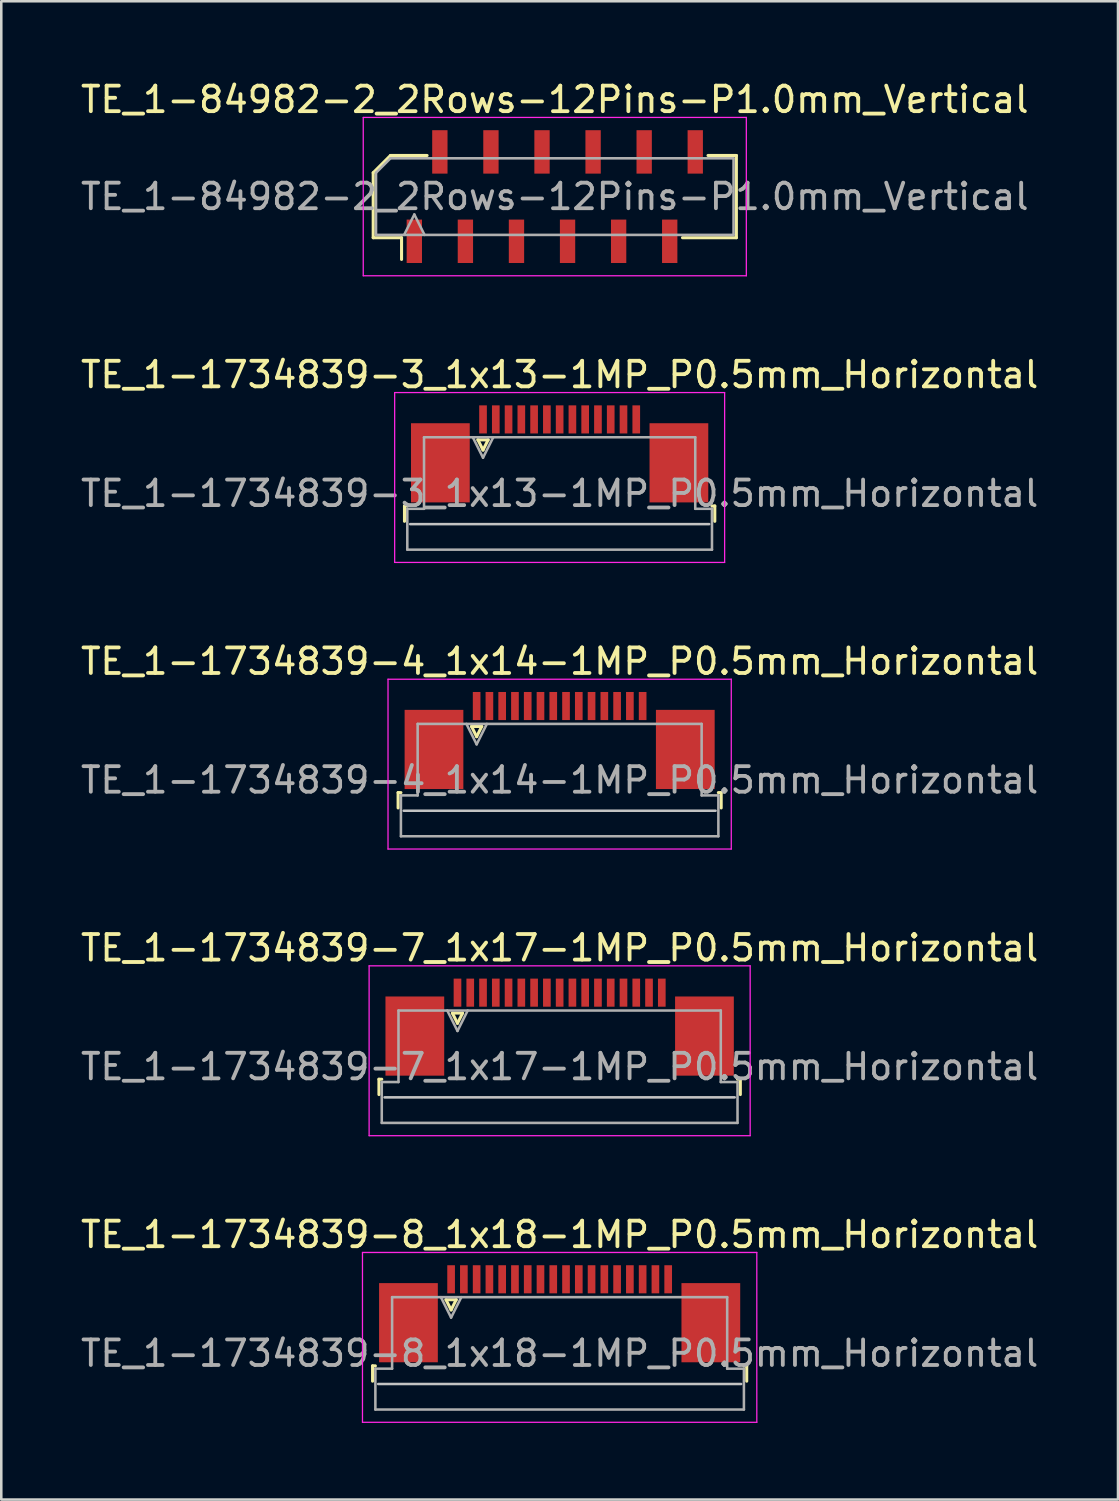
<source format=kicad_pcb>
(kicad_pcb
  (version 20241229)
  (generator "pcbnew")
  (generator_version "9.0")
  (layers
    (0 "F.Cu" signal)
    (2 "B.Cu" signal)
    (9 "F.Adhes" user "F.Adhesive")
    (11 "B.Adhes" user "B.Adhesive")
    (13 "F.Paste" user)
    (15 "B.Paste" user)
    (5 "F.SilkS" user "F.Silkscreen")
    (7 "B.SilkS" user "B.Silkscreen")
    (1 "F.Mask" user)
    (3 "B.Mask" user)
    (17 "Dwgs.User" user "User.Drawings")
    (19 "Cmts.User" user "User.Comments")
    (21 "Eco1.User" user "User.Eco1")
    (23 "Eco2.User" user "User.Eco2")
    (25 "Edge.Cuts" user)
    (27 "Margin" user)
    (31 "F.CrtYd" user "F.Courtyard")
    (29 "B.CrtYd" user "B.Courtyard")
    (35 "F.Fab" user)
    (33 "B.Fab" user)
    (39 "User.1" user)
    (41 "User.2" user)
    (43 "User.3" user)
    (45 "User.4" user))
  (footprint "TE_1-84982-2_2Rows-12Pins-P1.0mm_Vertical"
    (layer "F.Cu")
    (at 18.673 4.648)
    (property "Reference" "TE_1-84982-2_2Rows-12Pins-P1.0mm_Vertical" (at 0 -3.8 0) (layer "F.SilkS") (effects (font (size 1 1) (thickness 0.15))))
    (attr smd)
    (fp_line (start -7.11 -0.934) (end -7.11 1.61) (stroke (width 0.12) (type solid)) (layer "F.SilkS"))
    (fp_line (start -7.11 1.61) (end -6 1.61) (stroke (width 0.12) (type solid)) (layer "F.SilkS"))
    (fp_line (start -6.434 -1.61) (end -7.11 -0.934) (stroke (width 0.12) (type solid)) (layer "F.SilkS"))
    (fp_line (start -6 1.61) (end -6 2.46) (stroke (width 0.12) (type solid)) (layer "F.SilkS"))
    (fp_line (start -5 -1.61) (end -6.434 -1.61) (stroke (width 0.12) (type solid)) (layer "F.SilkS"))
    (fp_line (start 5 1.61) (end 7.11 1.61) (stroke (width 0.12) (type solid)) (layer "F.SilkS"))
    (fp_line (start 7.11 -1.61) (end 6 -1.61) (stroke (width 0.12) (type solid)) (layer "F.SilkS"))
    (fp_line (start 7.11 1.61) (end 7.11 -1.61) (stroke (width 0.12) (type solid)) (layer "F.SilkS"))
    (fp_line (start -7.5 -3.1) (end 7.5 -3.1) (stroke (width 0.05) (type solid)) (layer "F.CrtYd"))
    (fp_line (start -7.5 3.1) (end -7.5 -3.1) (stroke (width 0.05) (type solid)) (layer "F.CrtYd"))
    (fp_line (start 7.5 -3.1) (end 7.5 3.1) (stroke (width 0.05) (type solid)) (layer "F.CrtYd"))
    (fp_line (start 7.5 3.1) (end -7.5 3.1) (stroke (width 0.05) (type solid)) (layer "F.CrtYd"))
    (fp_line (start -7 -0.934) (end -7 1.5) (stroke (width 0.1) (type solid)) (layer "F.Fab"))
    (fp_line (start -7 1.5) (end 7 1.5) (stroke (width 0.1) (type solid)) (layer "F.Fab"))
    (fp_line (start -6.434 -1.5) (end -7 -0.934) (stroke (width 0.1) (type solid)) (layer "F.Fab"))
    (fp_line (start -5.9 1.5) (end -5.5 0.7) (stroke (width 0.1) (type solid)) (layer "F.Fab"))
    (fp_line (start -5.5 0.7) (end -5.1 1.5) (stroke (width 0.1) (type solid)) (layer "F.Fab"))
    (fp_line (start 7 -1.5) (end -6.434 -1.5) (stroke (width 0.1) (type solid)) (layer "F.Fab"))
    (fp_line (start 7 1.5) (end 7 -1.5) (stroke (width 0.1) (type solid)) (layer "F.Fab"))
    (fp_text user "${REFERENCE}" (at 0 0 0) (layer "F.Fab") (effects (font (size 1 1) (thickness 0.15))))
    (pad "1" smd rect (at -5.5 1.75) (size 0.6 1.7) (layers "F.Cu" "F.Mask" "F.Paste"))
    (pad "2" smd rect (at -4.5 -1.75) (size 0.6 1.7) (layers "F.Cu" "F.Mask" "F.Paste"))
    (pad "3" smd rect (at -3.5 1.75) (size 0.6 1.7) (layers "F.Cu" "F.Mask" "F.Paste"))
    (pad "4" smd rect (at -2.5 -1.75) (size 0.6 1.7) (layers "F.Cu" "F.Mask" "F.Paste"))
    (pad "5" smd rect (at -1.5 1.75) (size 0.6 1.7) (layers "F.Cu" "F.Mask" "F.Paste"))
    (pad "6" smd rect (at -0.5 -1.75) (size 0.6 1.7) (layers "F.Cu" "F.Mask" "F.Paste"))
    (pad "7" smd rect (at 0.5 1.75) (size 0.6 1.7) (layers "F.Cu" "F.Mask" "F.Paste"))
    (pad "8" smd rect (at 1.5 -1.75) (size 0.6 1.7) (layers "F.Cu" "F.Mask" "F.Paste"))
    (pad "9" smd rect (at 2.5 1.75) (size 0.6 1.7) (layers "F.Cu" "F.Mask" "F.Paste"))
    (pad "10" smd rect (at 3.5 -1.75) (size 0.6 1.7) (layers "F.Cu" "F.Mask" "F.Paste"))
    (pad "11" smd rect (at 4.5 1.75) (size 0.6 1.7) (layers "F.Cu" "F.Mask" "F.Paste"))
    (pad "12" smd rect (at 5.5 -1.75) (size 0.6 1.7) (layers "F.Cu" "F.Mask" "F.Paste")))
  (footprint "TE_1-1734839-4_1x14-1MP_P0.5mm_Horizontal"
    (layer "F.Cu")
    (at 18.863 25.945)
    (property "Reference" "TE_1-1734839-4_1x14-1MP_P0.5mm_Horizontal" (at 0 -3.1 0) (layer "F.SilkS") (effects (font (size 1 1) (thickness 0.15))))
    (attr smd)
    (fp_line (start -6.325 2.04) (end -6.325 2.64) (stroke (width 0.12) (type solid)) (layer "F.SilkS"))
    (fp_line (start -6.215 2.04) (end -6.325 2.04) (stroke (width 0.12) (type solid)) (layer "F.SilkS"))
    (fp_line (start -3.45 -0.55) (end -3.25 -0.15) (stroke (width 0.12) (type solid)) (layer "F.SilkS"))
    (fp_line (start -3.25 -0.15) (end -3.05 -0.55) (stroke (width 0.12) (type solid)) (layer "F.SilkS"))
    (fp_line (start -3.05 -0.55) (end -3.45 -0.55) (stroke (width 0.12) (type solid)) (layer "F.SilkS"))
    (fp_line (start 6.215 2.04) (end 6.325 2.04) (stroke (width 0.12) (type solid)) (layer "F.SilkS"))
    (fp_line (start 6.325 2.04) (end 6.325 2.64) (stroke (width 0.12) (type solid)) (layer "F.SilkS"))
    (fp_line (start 6.105 2.75) (end -6.105 2.75) (stroke (width 0.1) (type solid)) (layer "Dwgs.User"))
    (fp_line (start -6.72 -2.4) (end -6.72 4.25) (stroke (width 0.05) (type solid)) (layer "F.CrtYd"))
    (fp_line (start -6.72 4.25) (end 6.72 4.25) (stroke (width 0.05) (type solid)) (layer "F.CrtYd"))
    (fp_line (start 6.72 -2.4) (end -6.72 -2.4) (stroke (width 0.05) (type solid)) (layer "F.CrtYd"))
    (fp_line (start 6.72 4.25) (end 6.72 -2.4) (stroke (width 0.05) (type solid)) (layer "F.CrtYd"))
    (fp_line (start -6.215 2.15) (end -5.56 2.15) (stroke (width 0.1) (type solid)) (layer "F.Fab"))
    (fp_line (start -6.215 3.75) (end -6.215 2.15) (stroke (width 0.1) (type solid)) (layer "F.Fab"))
    (fp_line (start -5.56 -0.65) (end 5.56 -0.65) (stroke (width 0.1) (type solid)) (layer "F.Fab"))
    (fp_line (start -5.56 2.15) (end -5.56 -0.65) (stroke (width 0.1) (type solid)) (layer "F.Fab"))
    (fp_line (start -3.65 -0.65) (end -3.25 0.15) (stroke (width 0.1) (type solid)) (layer "F.Fab"))
    (fp_line (start -3.25 0.15) (end -2.85 -0.65) (stroke (width 0.1) (type solid)) (layer "F.Fab"))
    (fp_line (start 5.56 -0.65) (end 5.56 2.15) (stroke (width 0.1) (type solid)) (layer "F.Fab"))
    (fp_line (start 5.56 2.15) (end 6.215 2.15) (stroke (width 0.1) (type solid)) (layer "F.Fab"))
    (fp_line (start 6.215 2.15) (end 6.215 3.75) (stroke (width 0.1) (type solid)) (layer "F.Fab"))
    (fp_line (start 6.215 3.75) (end -6.215 3.75) (stroke (width 0.1) (type solid)) (layer "F.Fab"))
    (fp_text user "${REFERENCE}" (at 0 1.55 0) (layer "F.Fab") (effects (font (size 1 1) (thickness 0.15))))
    (pad "1" smd rect (at -3.25 -1.35) (size 0.3 1.1) (layers "F.Cu" "F.Mask" "F.Paste"))
    (pad "2" smd rect (at -2.75 -1.35) (size 0.3 1.1) (layers "F.Cu" "F.Mask" "F.Paste"))
    (pad "3" smd rect (at -2.25 -1.35) (size 0.3 1.1) (layers "F.Cu" "F.Mask" "F.Paste"))
    (pad "4" smd rect (at -1.75 -1.35) (size 0.3 1.1) (layers "F.Cu" "F.Mask" "F.Paste"))
    (pad "5" smd rect (at -1.25 -1.35) (size 0.3 1.1) (layers "F.Cu" "F.Mask" "F.Paste"))
    (pad "6" smd rect (at -0.75 -1.35) (size 0.3 1.1) (layers "F.Cu" "F.Mask" "F.Paste"))
    (pad "7" smd rect (at -0.25 -1.35) (size 0.3 1.1) (layers "F.Cu" "F.Mask" "F.Paste"))
    (pad "8" smd rect (at 0.25 -1.35) (size 0.3 1.1) (layers "F.Cu" "F.Mask" "F.Paste"))
    (pad "9" smd rect (at 0.75 -1.35) (size 0.3 1.1) (layers "F.Cu" "F.Mask" "F.Paste"))
    (pad "10" smd rect (at 1.25 -1.35) (size 0.3 1.1) (layers "F.Cu" "F.Mask" "F.Paste"))
    (pad "11" smd rect (at 1.75 -1.35) (size 0.3 1.1) (layers "F.Cu" "F.Mask" "F.Paste"))
    (pad "12" smd rect (at 2.25 -1.35) (size 0.3 1.1) (layers "F.Cu" "F.Mask" "F.Paste"))
    (pad "13" smd rect (at 2.75 -1.35) (size 0.3 1.1) (layers "F.Cu" "F.Mask" "F.Paste"))
    (pad "14" smd rect (at 3.25 -1.35) (size 0.3 1.1) (layers "F.Cu" "F.Mask" "F.Paste"))
    (pad "MP" smd rect (at -4.92 0.35) (size 2.3 3.1) (layers "F.Cu" "F.Mask" "F.Paste"))
    (pad "MP" smd rect (at 4.92 0.35) (size 2.3 3.1) (layers "F.Cu" "F.Mask" "F.Paste")))
  (footprint "TE_1-1734839-7_1x17-1MP_P0.5mm_Horizontal"
    (layer "F.Cu")
    (at 18.863 37.168)
    (property "Reference" "TE_1-1734839-7_1x17-1MP_P0.5mm_Horizontal" (at 0 -3.1 0) (layer "F.SilkS") (effects (font (size 1 1) (thickness 0.15))))
    (attr smd)
    (fp_line (start -7.075 2.04) (end -7.075 2.64) (stroke (width 0.12) (type solid)) (layer "F.SilkS"))
    (fp_line (start -6.965 2.04) (end -7.075 2.04) (stroke (width 0.12) (type solid)) (layer "F.SilkS"))
    (fp_line (start -4.2 -0.55) (end -4 -0.15) (stroke (width 0.12) (type solid)) (layer "F.SilkS"))
    (fp_line (start -4 -0.15) (end -3.8 -0.55) (stroke (width 0.12) (type solid)) (layer "F.SilkS"))
    (fp_line (start -3.8 -0.55) (end -4.2 -0.55) (stroke (width 0.12) (type solid)) (layer "F.SilkS"))
    (fp_line (start 6.965 2.04) (end 7.075 2.04) (stroke (width 0.12) (type solid)) (layer "F.SilkS"))
    (fp_line (start 7.075 2.04) (end 7.075 2.64) (stroke (width 0.12) (type solid)) (layer "F.SilkS"))
    (fp_line (start 6.855 2.75) (end -6.855 2.75) (stroke (width 0.1) (type solid)) (layer "Dwgs.User"))
    (fp_line (start -7.46 -2.4) (end -7.46 4.25) (stroke (width 0.05) (type solid)) (layer "F.CrtYd"))
    (fp_line (start -7.46 4.25) (end 7.46 4.25) (stroke (width 0.05) (type solid)) (layer "F.CrtYd"))
    (fp_line (start 7.46 -2.4) (end -7.46 -2.4) (stroke (width 0.05) (type solid)) (layer "F.CrtYd"))
    (fp_line (start 7.46 4.25) (end 7.46 -2.4) (stroke (width 0.05) (type solid)) (layer "F.CrtYd"))
    (fp_line (start -6.965 2.15) (end -6.31 2.15) (stroke (width 0.1) (type solid)) (layer "F.Fab"))
    (fp_line (start -6.965 3.75) (end -6.965 2.15) (stroke (width 0.1) (type solid)) (layer "F.Fab"))
    (fp_line (start -6.31 -0.65) (end 6.31 -0.65) (stroke (width 0.1) (type solid)) (layer "F.Fab"))
    (fp_line (start -6.31 2.15) (end -6.31 -0.65) (stroke (width 0.1) (type solid)) (layer "F.Fab"))
    (fp_line (start -4.4 -0.65) (end -4 0.15) (stroke (width 0.1) (type solid)) (layer "F.Fab"))
    (fp_line (start -4 0.15) (end -3.6 -0.65) (stroke (width 0.1) (type solid)) (layer "F.Fab"))
    (fp_line (start 6.31 -0.65) (end 6.31 2.15) (stroke (width 0.1) (type solid)) (layer "F.Fab"))
    (fp_line (start 6.31 2.15) (end 6.965 2.15) (stroke (width 0.1) (type solid)) (layer "F.Fab"))
    (fp_line (start 6.965 2.15) (end 6.965 3.75) (stroke (width 0.1) (type solid)) (layer "F.Fab"))
    (fp_line (start 6.965 3.75) (end -6.965 3.75) (stroke (width 0.1) (type solid)) (layer "F.Fab"))
    (fp_text user "${REFERENCE}" (at 0 1.55 0) (layer "F.Fab") (effects (font (size 1 1) (thickness 0.15))))
    (pad "1" smd rect (at -4 -1.35) (size 0.3 1.1) (layers "F.Cu" "F.Mask" "F.Paste"))
    (pad "2" smd rect (at -3.5 -1.35) (size 0.3 1.1) (layers "F.Cu" "F.Mask" "F.Paste"))
    (pad "3" smd rect (at -3 -1.35) (size 0.3 1.1) (layers "F.Cu" "F.Mask" "F.Paste"))
    (pad "4" smd rect (at -2.5 -1.35) (size 0.3 1.1) (layers "F.Cu" "F.Mask" "F.Paste"))
    (pad "5" smd rect (at -2 -1.35) (size 0.3 1.1) (layers "F.Cu" "F.Mask" "F.Paste"))
    (pad "6" smd rect (at -1.5 -1.35) (size 0.3 1.1) (layers "F.Cu" "F.Mask" "F.Paste"))
    (pad "7" smd rect (at -1 -1.35) (size 0.3 1.1) (layers "F.Cu" "F.Mask" "F.Paste"))
    (pad "8" smd rect (at -0.5 -1.35) (size 0.3 1.1) (layers "F.Cu" "F.Mask" "F.Paste"))
    (pad "9" smd rect (at 0 -1.35) (size 0.3 1.1) (layers "F.Cu" "F.Mask" "F.Paste"))
    (pad "10" smd rect (at 0.5 -1.35) (size 0.3 1.1) (layers "F.Cu" "F.Mask" "F.Paste"))
    (pad "11" smd rect (at 1 -1.35) (size 0.3 1.1) (layers "F.Cu" "F.Mask" "F.Paste"))
    (pad "12" smd rect (at 1.5 -1.35) (size 0.3 1.1) (layers "F.Cu" "F.Mask" "F.Paste"))
    (pad "13" smd rect (at 2 -1.35) (size 0.3 1.1) (layers "F.Cu" "F.Mask" "F.Paste"))
    (pad "14" smd rect (at 2.5 -1.35) (size 0.3 1.1) (layers "F.Cu" "F.Mask" "F.Paste"))
    (pad "15" smd rect (at 3 -1.35) (size 0.3 1.1) (layers "F.Cu" "F.Mask" "F.Paste"))
    (pad "16" smd rect (at 3.5 -1.35) (size 0.3 1.1) (layers "F.Cu" "F.Mask" "F.Paste"))
    (pad "17" smd rect (at 4 -1.35) (size 0.3 1.1) (layers "F.Cu" "F.Mask" "F.Paste"))
    (pad "MP" smd rect (at -5.67 0.35) (size 2.3 3.1) (layers "F.Cu" "F.Mask" "F.Paste"))
    (pad "MP" smd rect (at 5.67 0.35) (size 2.3 3.1) (layers "F.Cu" "F.Mask" "F.Paste")))
  (footprint "TE_1-1734839-3_1x13-1MP_P0.5mm_Horizontal"
    (layer "F.Cu")
    (at 18.863 14.722)
    (property "Reference" "TE_1-1734839-3_1x13-1MP_P0.5mm_Horizontal" (at 0 -3.1 0) (layer "F.SilkS") (effects (font (size 1 1) (thickness 0.15))))
    (attr smd)
    (fp_line (start -6.075 2.04) (end -6.075 2.64) (stroke (width 0.12) (type solid)) (layer "F.SilkS"))
    (fp_line (start -5.965 2.04) (end -6.075 2.04) (stroke (width 0.12) (type solid)) (layer "F.SilkS"))
    (fp_line (start -3.2 -0.55) (end -3 -0.15) (stroke (width 0.12) (type solid)) (layer "F.SilkS"))
    (fp_line (start -3 -0.15) (end -2.8 -0.55) (stroke (width 0.12) (type solid)) (layer "F.SilkS"))
    (fp_line (start -2.8 -0.55) (end -3.2 -0.55) (stroke (width 0.12) (type solid)) (layer "F.SilkS"))
    (fp_line (start 5.965 2.04) (end 6.075 2.04) (stroke (width 0.12) (type solid)) (layer "F.SilkS"))
    (fp_line (start 6.075 2.04) (end 6.075 2.64) (stroke (width 0.12) (type solid)) (layer "F.SilkS"))
    (fp_line (start 5.855 2.75) (end -5.855 2.75) (stroke (width 0.1) (type solid)) (layer "Dwgs.User"))
    (fp_line (start -6.46 -2.4) (end -6.46 4.25) (stroke (width 0.05) (type solid)) (layer "F.CrtYd"))
    (fp_line (start -6.46 4.25) (end 6.46 4.25) (stroke (width 0.05) (type solid)) (layer "F.CrtYd"))
    (fp_line (start 6.46 -2.4) (end -6.46 -2.4) (stroke (width 0.05) (type solid)) (layer "F.CrtYd"))
    (fp_line (start 6.46 4.25) (end 6.46 -2.4) (stroke (width 0.05) (type solid)) (layer "F.CrtYd"))
    (fp_line (start -5.965 2.15) (end -5.31 2.15) (stroke (width 0.1) (type solid)) (layer "F.Fab"))
    (fp_line (start -5.965 3.75) (end -5.965 2.15) (stroke (width 0.1) (type solid)) (layer "F.Fab"))
    (fp_line (start -5.31 -0.65) (end 5.31 -0.65) (stroke (width 0.1) (type solid)) (layer "F.Fab"))
    (fp_line (start -5.31 2.15) (end -5.31 -0.65) (stroke (width 0.1) (type solid)) (layer "F.Fab"))
    (fp_line (start -3.4 -0.65) (end -3 0.15) (stroke (width 0.1) (type solid)) (layer "F.Fab"))
    (fp_line (start -3 0.15) (end -2.6 -0.65) (stroke (width 0.1) (type solid)) (layer "F.Fab"))
    (fp_line (start 5.31 -0.65) (end 5.31 2.15) (stroke (width 0.1) (type solid)) (layer "F.Fab"))
    (fp_line (start 5.31 2.15) (end 5.965 2.15) (stroke (width 0.1) (type solid)) (layer "F.Fab"))
    (fp_line (start 5.965 2.15) (end 5.965 3.75) (stroke (width 0.1) (type solid)) (layer "F.Fab"))
    (fp_line (start 5.965 3.75) (end -5.965 3.75) (stroke (width 0.1) (type solid)) (layer "F.Fab"))
    (fp_text user "${REFERENCE}" (at 0 1.55 0) (layer "F.Fab") (effects (font (size 1 1) (thickness 0.15))))
    (pad "1" smd rect (at -3 -1.35) (size 0.3 1.1) (layers "F.Cu" "F.Mask" "F.Paste"))
    (pad "2" smd rect (at -2.5 -1.35) (size 0.3 1.1) (layers "F.Cu" "F.Mask" "F.Paste"))
    (pad "3" smd rect (at -2 -1.35) (size 0.3 1.1) (layers "F.Cu" "F.Mask" "F.Paste"))
    (pad "4" smd rect (at -1.5 -1.35) (size 0.3 1.1) (layers "F.Cu" "F.Mask" "F.Paste"))
    (pad "5" smd rect (at -1 -1.35) (size 0.3 1.1) (layers "F.Cu" "F.Mask" "F.Paste"))
    (pad "6" smd rect (at -0.5 -1.35) (size 0.3 1.1) (layers "F.Cu" "F.Mask" "F.Paste"))
    (pad "7" smd rect (at 0 -1.35) (size 0.3 1.1) (layers "F.Cu" "F.Mask" "F.Paste"))
    (pad "8" smd rect (at 0.5 -1.35) (size 0.3 1.1) (layers "F.Cu" "F.Mask" "F.Paste"))
    (pad "9" smd rect (at 1 -1.35) (size 0.3 1.1) (layers "F.Cu" "F.Mask" "F.Paste"))
    (pad "10" smd rect (at 1.5 -1.35) (size 0.3 1.1) (layers "F.Cu" "F.Mask" "F.Paste"))
    (pad "11" smd rect (at 2 -1.35) (size 0.3 1.1) (layers "F.Cu" "F.Mask" "F.Paste"))
    (pad "12" smd rect (at 2.5 -1.35) (size 0.3 1.1) (layers "F.Cu" "F.Mask" "F.Paste"))
    (pad "13" smd rect (at 3 -1.35) (size 0.3 1.1) (layers "F.Cu" "F.Mask" "F.Paste"))
    (pad "MP" smd rect (at -4.67 0.35) (size 2.3 3.1) (layers "F.Cu" "F.Mask" "F.Paste"))
    (pad "MP" smd rect (at 4.67 0.35) (size 2.3 3.1) (layers "F.Cu" "F.Mask" "F.Paste")))
  (footprint "TE_1-1734839-8_1x18-1MP_P0.5mm_Horizontal"
    (layer "F.Cu")
    (at 18.863 48.391)
    (property "Reference" "TE_1-1734839-8_1x18-1MP_P0.5mm_Horizontal" (at 0 -3.1 0) (layer "F.SilkS") (effects (font (size 1 1) (thickness 0.15))))
    (attr smd)
    (fp_line (start -7.325 2.04) (end -7.325 2.64) (stroke (width 0.12) (type solid)) (layer "F.SilkS"))
    (fp_line (start -7.215 2.04) (end -7.325 2.04) (stroke (width 0.12) (type solid)) (layer "F.SilkS"))
    (fp_line (start -4.45 -0.55) (end -4.25 -0.15) (stroke (width 0.12) (type solid)) (layer "F.SilkS"))
    (fp_line (start -4.25 -0.15) (end -4.05 -0.55) (stroke (width 0.12) (type solid)) (layer "F.SilkS"))
    (fp_line (start -4.05 -0.55) (end -4.45 -0.55) (stroke (width 0.12) (type solid)) (layer "F.SilkS"))
    (fp_line (start 7.215 2.04) (end 7.325 2.04) (stroke (width 0.12) (type solid)) (layer "F.SilkS"))
    (fp_line (start 7.325 2.04) (end 7.325 2.64) (stroke (width 0.12) (type solid)) (layer "F.SilkS"))
    (fp_line (start 7.105 2.75) (end -7.105 2.75) (stroke (width 0.1) (type solid)) (layer "Dwgs.User"))
    (fp_line (start -7.72 -2.4) (end -7.72 4.25) (stroke (width 0.05) (type solid)) (layer "F.CrtYd"))
    (fp_line (start -7.72 4.25) (end 7.72 4.25) (stroke (width 0.05) (type solid)) (layer "F.CrtYd"))
    (fp_line (start 7.72 -2.4) (end -7.72 -2.4) (stroke (width 0.05) (type solid)) (layer "F.CrtYd"))
    (fp_line (start 7.72 4.25) (end 7.72 -2.4) (stroke (width 0.05) (type solid)) (layer "F.CrtYd"))
    (fp_line (start -7.215 2.15) (end -6.56 2.15) (stroke (width 0.1) (type solid)) (layer "F.Fab"))
    (fp_line (start -7.215 3.75) (end -7.215 2.15) (stroke (width 0.1) (type solid)) (layer "F.Fab"))
    (fp_line (start -6.56 -0.65) (end 6.56 -0.65) (stroke (width 0.1) (type solid)) (layer "F.Fab"))
    (fp_line (start -6.56 2.15) (end -6.56 -0.65) (stroke (width 0.1) (type solid)) (layer "F.Fab"))
    (fp_line (start -4.65 -0.65) (end -4.25 0.15) (stroke (width 0.1) (type solid)) (layer "F.Fab"))
    (fp_line (start -4.25 0.15) (end -3.85 -0.65) (stroke (width 0.1) (type solid)) (layer "F.Fab"))
    (fp_line (start 6.56 -0.65) (end 6.56 2.15) (stroke (width 0.1) (type solid)) (layer "F.Fab"))
    (fp_line (start 6.56 2.15) (end 7.215 2.15) (stroke (width 0.1) (type solid)) (layer "F.Fab"))
    (fp_line (start 7.215 2.15) (end 7.215 3.75) (stroke (width 0.1) (type solid)) (layer "F.Fab"))
    (fp_line (start 7.215 3.75) (end -7.215 3.75) (stroke (width 0.1) (type solid)) (layer "F.Fab"))
    (fp_text user "${REFERENCE}" (at 0 1.55 0) (layer "F.Fab") (effects (font (size 1 1) (thickness 0.15))))
    (pad "1" smd rect (at -4.25 -1.35) (size 0.3 1.1) (layers "F.Cu" "F.Mask" "F.Paste"))
    (pad "2" smd rect (at -3.75 -1.35) (size 0.3 1.1) (layers "F.Cu" "F.Mask" "F.Paste"))
    (pad "3" smd rect (at -3.25 -1.35) (size 0.3 1.1) (layers "F.Cu" "F.Mask" "F.Paste"))
    (pad "4" smd rect (at -2.75 -1.35) (size 0.3 1.1) (layers "F.Cu" "F.Mask" "F.Paste"))
    (pad "5" smd rect (at -2.25 -1.35) (size 0.3 1.1) (layers "F.Cu" "F.Mask" "F.Paste"))
    (pad "6" smd rect (at -1.75 -1.35) (size 0.3 1.1) (layers "F.Cu" "F.Mask" "F.Paste"))
    (pad "7" smd rect (at -1.25 -1.35) (size 0.3 1.1) (layers "F.Cu" "F.Mask" "F.Paste"))
    (pad "8" smd rect (at -0.75 -1.35) (size 0.3 1.1) (layers "F.Cu" "F.Mask" "F.Paste"))
    (pad "9" smd rect (at -0.25 -1.35) (size 0.3 1.1) (layers "F.Cu" "F.Mask" "F.Paste"))
    (pad "10" smd rect (at 0.25 -1.35) (size 0.3 1.1) (layers "F.Cu" "F.Mask" "F.Paste"))
    (pad "11" smd rect (at 0.75 -1.35) (size 0.3 1.1) (layers "F.Cu" "F.Mask" "F.Paste"))
    (pad "12" smd rect (at 1.25 -1.35) (size 0.3 1.1) (layers "F.Cu" "F.Mask" "F.Paste"))
    (pad "13" smd rect (at 1.75 -1.35) (size 0.3 1.1) (layers "F.Cu" "F.Mask" "F.Paste"))
    (pad "14" smd rect (at 2.25 -1.35) (size 0.3 1.1) (layers "F.Cu" "F.Mask" "F.Paste"))
    (pad "15" smd rect (at 2.75 -1.35) (size 0.3 1.1) (layers "F.Cu" "F.Mask" "F.Paste"))
    (pad "16" smd rect (at 3.25 -1.35) (size 0.3 1.1) (layers "F.Cu" "F.Mask" "F.Paste"))
    (pad "17" smd rect (at 3.75 -1.35) (size 0.3 1.1) (layers "F.Cu" "F.Mask" "F.Paste"))
    (pad "18" smd rect (at 4.25 -1.35) (size 0.3 1.1) (layers "F.Cu" "F.Mask" "F.Paste"))
    (pad "MP" smd rect (at -5.92 0.35) (size 2.3 3.1) (layers "F.Cu" "F.Mask" "F.Paste"))
    (pad "MP" smd rect (at 5.92 0.35) (size 2.3 3.1) (layers "F.Cu" "F.Mask" "F.Paste")))
  (gr_rect
    (start -3 -3)
    (end 40.726 55.666)
    (stroke (width 0.1) (type default))
    (fill no)
    (layer "Edge.Cuts")))
</source>
